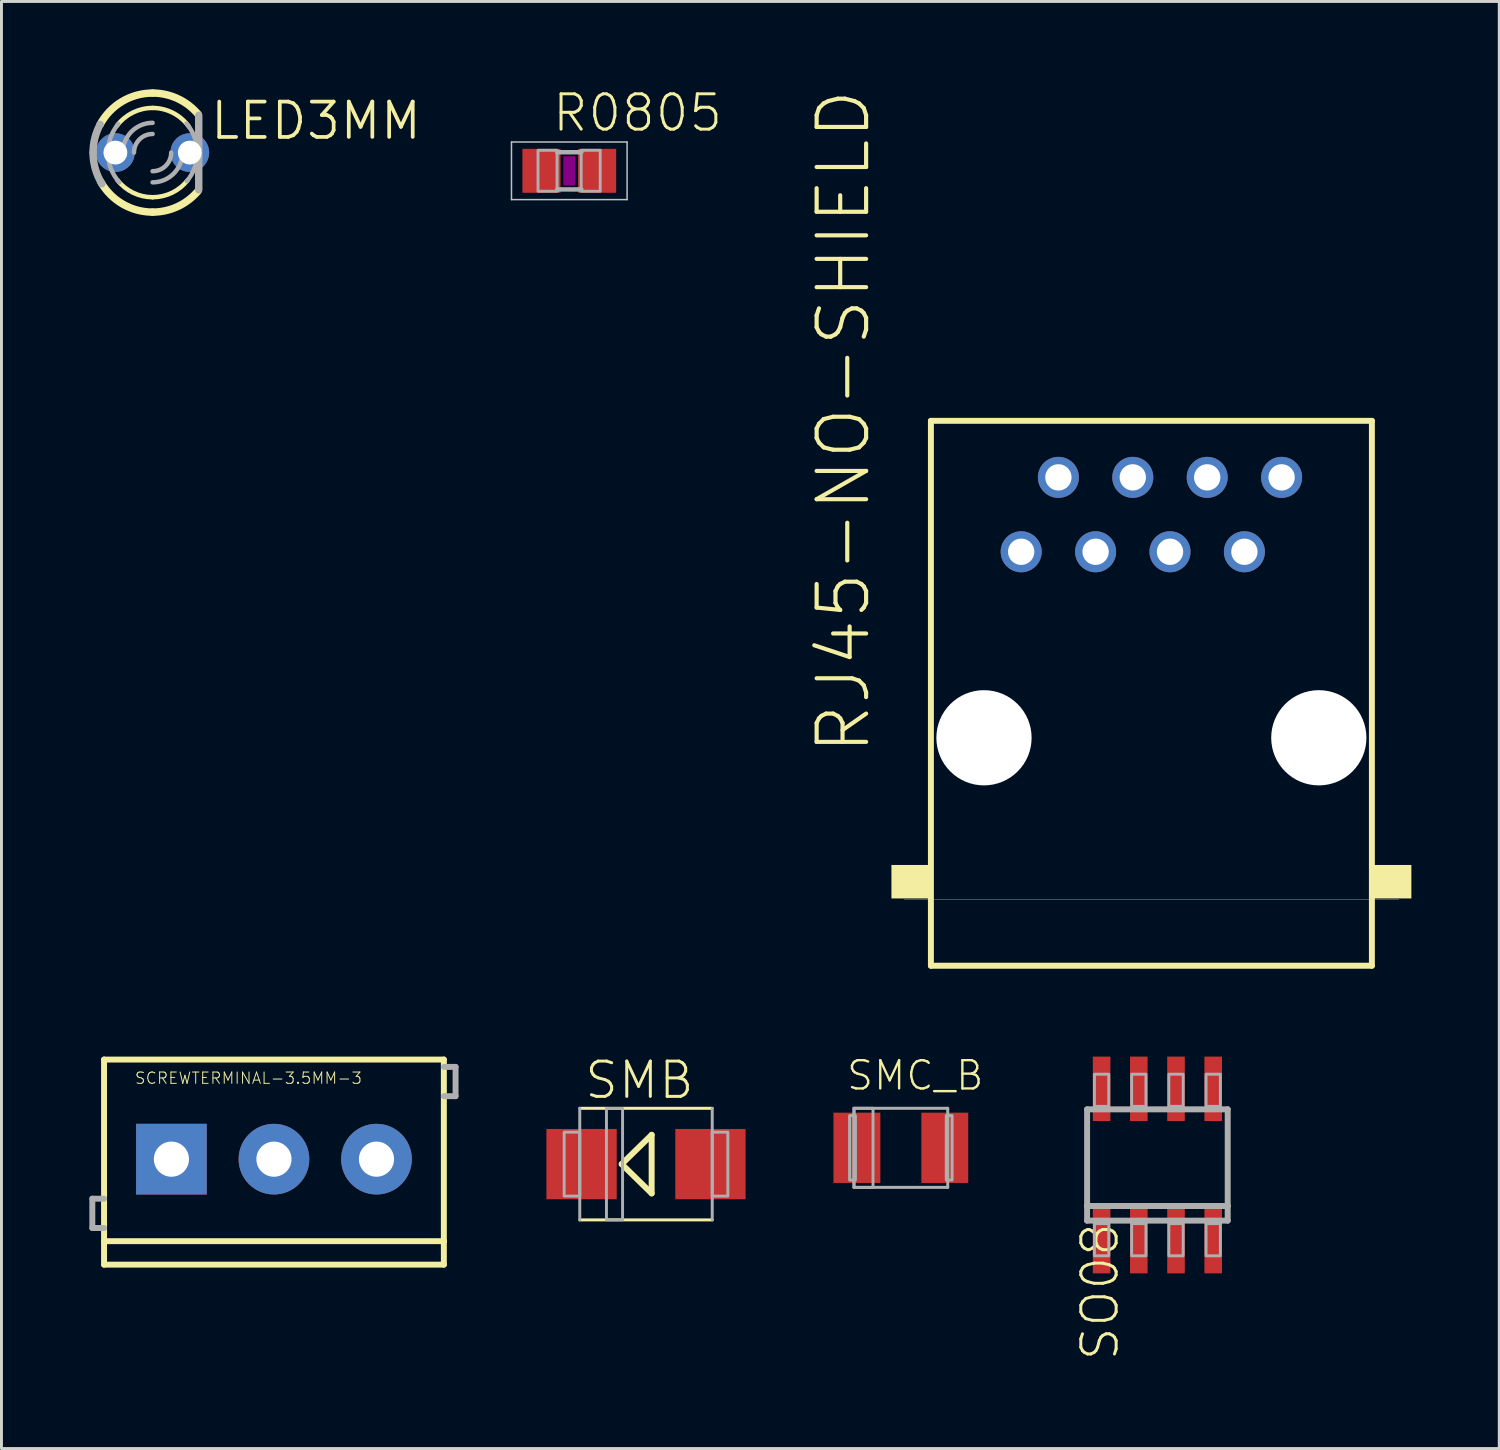
<source format=kicad_pcb>
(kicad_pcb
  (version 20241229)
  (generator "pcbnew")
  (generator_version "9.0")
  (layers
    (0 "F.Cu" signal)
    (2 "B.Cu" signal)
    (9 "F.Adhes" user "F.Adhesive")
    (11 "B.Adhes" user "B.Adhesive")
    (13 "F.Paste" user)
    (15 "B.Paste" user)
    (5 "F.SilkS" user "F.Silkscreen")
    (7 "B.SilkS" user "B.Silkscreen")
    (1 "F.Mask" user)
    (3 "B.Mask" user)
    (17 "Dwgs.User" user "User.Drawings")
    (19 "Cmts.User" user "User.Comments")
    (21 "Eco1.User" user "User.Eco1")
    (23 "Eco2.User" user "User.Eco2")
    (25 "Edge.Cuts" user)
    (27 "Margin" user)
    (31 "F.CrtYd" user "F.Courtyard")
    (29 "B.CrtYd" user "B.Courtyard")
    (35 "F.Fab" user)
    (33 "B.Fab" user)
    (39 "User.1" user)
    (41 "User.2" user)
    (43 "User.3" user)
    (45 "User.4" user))
  (footprint "R0805"
    (layer "F.Cu")
    (at 16.384 2.781)
    (property "Reference" "R0805" (at -0.635 -1.27 0) (layer "F.SilkS") (effects (font (size 1.206 1.206) (thickness 0.102)) (justify left bottom)))
    (attr through_hole)
    (fp_poly (pts (xy -0.2 0.5) (xy 0.2 0.5) (xy 0.2 -0.5) (xy -0.2 -0.5)) (stroke (width 0) (type solid)) (fill yes) (layer "F.Adhes"))
    (fp_line (start -1.973 -0.983) (end 1.973 -0.983) (stroke (width 0.051) (type solid)) (layer "Dwgs.User"))
    (fp_line (start -1.973 0.983) (end -1.973 -0.983) (stroke (width 0.051) (type solid)) (layer "Dwgs.User"))
    (fp_line (start 1.973 -0.983) (end 1.973 0.983) (stroke (width 0.051) (type solid)) (layer "Dwgs.User"))
    (fp_line (start 1.973 0.983) (end -1.973 0.983) (stroke (width 0.051) (type solid)) (layer "Dwgs.User"))
    (fp_line (start -0.41 -0.635) (end 0.41 -0.635) (stroke (width 0.152) (type solid)) (layer "F.Fab"))
    (fp_line (start -0.41 0.635) (end 0.41 0.635) (stroke (width 0.152) (type solid)) (layer "F.Fab"))
    (fp_poly (pts (xy -1.067 0.699) (xy -0.417 0.699) (xy -0.417 -0.702) (xy -1.067 -0.702)) (stroke (width 0.1) (type solid)) (fill no) (layer "F.Fab"))
    (fp_poly (pts (xy 0.406 0.699) (xy 1.056 0.699) (xy 1.056 -0.702) (xy 0.406 -0.702)) (stroke (width 0.1) (type solid)) (fill no) (layer "F.Fab"))
    (pad "1" smd rect (at -0.95 0) (size 1.3 1.5) (layers "F.Cu" "F.Mask" "F.Paste"))
    (pad "2" smd rect (at 0.95 0) (size 1.3 1.5) (layers "F.Cu" "F.Mask" "F.Paste")))
  (footprint "RJ45-NO-SHIELD"
    (layer "F.Cu")
    (at 36.256 22.136)
    (property "Reference" "RJ45-NO-SHIELD" (at -9.525 0.635 90) (layer "F.SilkS") (effects (font (size 1.689 1.689) (thickness 0.142)) (justify left bottom)))
    (attr through_hole)
    (fp_line (start -7.527 -10.819) (end 7.527 -10.819) (stroke (width 0.203) (type solid)) (layer "F.SilkS"))
    (fp_line (start -7.527 7.782) (end -7.527 -10.819) (stroke (width 0.203) (type solid)) (layer "F.SilkS"))
    (fp_line (start 7.527 -10.819) (end 7.527 7.782) (stroke (width 0.203) (type solid)) (layer "F.SilkS"))
    (fp_line (start 7.527 7.782) (end -7.527 7.782) (stroke (width 0.203) (type solid)) (layer "F.SilkS"))
    (fp_poly (pts (xy -8.875 5.485) (xy -7.625 5.485) (xy -7.625 4.342) (xy -8.875 4.342)) (stroke (width 0) (type solid)) (fill yes) (layer "F.SilkS"))
    (fp_poly (pts (xy 7.6 5.485) (xy 8.875 5.485) (xy 8.875 4.342) (xy 7.6 4.342)) (stroke (width 0) (type solid)) (fill yes) (layer "F.SilkS"))
    (fp_line (start 8.445 5.512) (end -8.445 5.512) (stroke (width 0.01) (type solid)) (layer "Edge.Cuts"))
    (pad "" np_thru_hole circle (at -5.715 0) (size 3.251 3.251) (drill 3.251) (layers "*.Cu" "*.Mask"))
    (pad "" np_thru_hole circle (at 5.715 0) (size 3.251 3.251) (drill 3.251) (layers "*.Cu" "*.Mask"))
    (pad "1" thru_hole circle (at -4.445 -6.35) (size 1.4 1.4) (drill 0.9) (layers "*.Cu" "*.Mask"))
    (pad "2" thru_hole circle (at -3.175 -8.89) (size 1.4 1.4) (drill 0.9) (layers "*.Cu" "*.Mask"))
    (pad "3" thru_hole circle (at -1.905 -6.35) (size 1.4 1.4) (drill 0.9) (layers "*.Cu" "*.Mask"))
    (pad "4" thru_hole circle (at -0.635 -8.89) (size 1.4 1.4) (drill 0.9) (layers "*.Cu" "*.Mask"))
    (pad "5" thru_hole circle (at 0.635 -6.35) (size 1.4 1.4) (drill 0.9) (layers "*.Cu" "*.Mask"))
    (pad "6" thru_hole circle (at 1.905 -8.89) (size 1.4 1.4) (drill 0.9) (layers "*.Cu" "*.Mask"))
    (pad "7" thru_hole circle (at 3.175 -6.35) (size 1.4 1.4) (drill 0.9) (layers "*.Cu" "*.Mask"))
    (pad "8" thru_hole circle (at 4.445 -8.89) (size 1.4 1.4) (drill 0.9) (layers "*.Cu" "*.Mask")))
  (footprint "SMB"
    (layer "F.Cu")
    (at 19.003 36.69)
    (property "Reference" "SMB" (at -2.159 -2.159 0) (layer "F.SilkS") (effects (font (size 1.206 1.206) (thickness 0.102)) (justify left bottom)))
    (attr through_hole)
    (fp_line (start -2.261 -1.905) (end 2.261 -1.905) (stroke (width 0.102) (type solid)) (layer "F.SilkS"))
    (fp_line (start -2.261 1.905) (end 2.261 1.905) (stroke (width 0.102) (type solid)) (layer "F.SilkS"))
    (fp_line (start -0.83 0) (end 0.193 1) (stroke (width 0.203) (type solid)) (layer "F.SilkS"))
    (fp_line (start 0.193 -1) (end -0.83 0) (stroke (width 0.203) (type solid)) (layer "F.SilkS"))
    (fp_line (start 0.193 1) (end 0.193 -1) (stroke (width 0.203) (type solid)) (layer "F.SilkS"))
    (fp_line (start -2.261 1.905) (end -2.261 -1.905) (stroke (width 0.102) (type solid)) (layer "F.Fab"))
    (fp_line (start 2.261 1.905) (end 2.261 -1.905) (stroke (width 0.102) (type solid)) (layer "F.Fab"))
    (fp_poly (pts (xy -2.794 1.092) (xy -2.261 1.092) (xy -2.261 -1.092) (xy -2.794 -1.092)) (stroke (width 0.1) (type solid)) (fill no) (layer "F.Fab"))
    (fp_poly (pts (xy -1.35 1.9) (xy -0.8 1.9) (xy -0.8 -1.9) (xy -1.35 -1.9)) (stroke (width 0.1) (type solid)) (fill no) (layer "F.Fab"))
    (fp_poly (pts (xy 2.261 1.092) (xy 2.794 1.092) (xy 2.794 -1.092) (xy 2.261 -1.092)) (stroke (width 0.1) (type solid)) (fill no) (layer "F.Fab"))
    (pad "A" smd rect (at 2.2 0) (size 2.4 2.4) (layers "F.Cu" "F.Mask" "F.Paste"))
    (pad "C" smd rect (at -2.2 0) (size 2.4 2.4) (layers "F.Cu" "F.Mask" "F.Paste")))
  (footprint "SO08"
    (layer "F.Cu")
    (at 36.461 36.72)
    (property "Reference" "SO08" (at -2.667 1.905 90) (layer "F.SilkS") (effects (font (size 1.206 1.206) (thickness 0.102)) (justify right top)))
    (attr through_hole)
    (fp_line (start -2.4 -1.9) (end 2.4 -1.9) (stroke (width 0.203) (type solid)) (layer "F.Fab"))
    (fp_line (start -2.4 1.4) (end -2.4 -1.9) (stroke (width 0.203) (type solid)) (layer "F.Fab"))
    (fp_line (start -2.4 1.9) (end -2.4 1.4) (stroke (width 0.203) (type solid)) (layer "F.Fab"))
    (fp_line (start 2.4 -1.9) (end 2.4 1.4) (stroke (width 0.203) (type solid)) (layer "F.Fab"))
    (fp_line (start 2.4 1.4) (end -2.4 1.4) (stroke (width 0.203) (type solid)) (layer "F.Fab"))
    (fp_line (start 2.4 1.4) (end 2.4 1.9) (stroke (width 0.203) (type solid)) (layer "F.Fab"))
    (fp_line (start 2.4 1.9) (end -2.4 1.9) (stroke (width 0.203) (type solid)) (layer "F.Fab"))
    (fp_poly (pts (xy -2.15 -2) (xy -1.66 -2) (xy -1.66 -3.1) (xy -2.15 -3.1)) (stroke (width 0.1) (type solid)) (fill no) (layer "F.Fab"))
    (fp_poly (pts (xy -2.15 3.1) (xy -1.66 3.1) (xy -1.66 2) (xy -2.15 2)) (stroke (width 0.1) (type solid)) (fill no) (layer "F.Fab"))
    (fp_poly (pts (xy -0.88 -2) (xy -0.39 -2) (xy -0.39 -3.1) (xy -0.88 -3.1)) (stroke (width 0.1) (type solid)) (fill no) (layer "F.Fab"))
    (fp_poly (pts (xy -0.88 3.1) (xy -0.39 3.1) (xy -0.39 2) (xy -0.88 2)) (stroke (width 0.1) (type solid)) (fill no) (layer "F.Fab"))
    (fp_poly (pts (xy 0.39 -2) (xy 0.88 -2) (xy 0.88 -3.1) (xy 0.39 -3.1)) (stroke (width 0.1) (type solid)) (fill no) (layer "F.Fab"))
    (fp_poly (pts (xy 0.39 3.1) (xy 0.88 3.1) (xy 0.88 2) (xy 0.39 2)) (stroke (width 0.1) (type solid)) (fill no) (layer "F.Fab"))
    (fp_poly (pts (xy 1.66 -2) (xy 2.15 -2) (xy 2.15 -3.1) (xy 1.66 -3.1)) (stroke (width 0.1) (type solid)) (fill no) (layer "F.Fab"))
    (fp_poly (pts (xy 1.66 3.1) (xy 2.15 3.1) (xy 2.15 2) (xy 1.66 2)) (stroke (width 0.1) (type solid)) (fill no) (layer "F.Fab"))
    (pad "1" smd rect (at -1.905 2.6) (size 0.6 2.2) (layers "F.Cu" "F.Mask" "F.Paste"))
    (pad "2" smd rect (at -0.635 2.6) (size 0.6 2.2) (layers "F.Cu" "F.Mask" "F.Paste"))
    (pad "3" smd rect (at 0.635 2.6) (size 0.6 2.2) (layers "F.Cu" "F.Mask" "F.Paste"))
    (pad "4" smd rect (at 1.905 2.6) (size 0.6 2.2) (layers "F.Cu" "F.Mask" "F.Paste"))
    (pad "5" smd rect (at 1.905 -2.6) (size 0.6 2.2) (layers "F.Cu" "F.Mask" "F.Paste"))
    (pad "6" smd rect (at 0.635 -2.6) (size 0.6 2.2) (layers "F.Cu" "F.Mask" "F.Paste"))
    (pad "7" smd rect (at -0.635 -2.6) (size 0.6 2.2) (layers "F.Cu" "F.Mask" "F.Paste"))
    (pad "8" smd rect (at -1.905 -2.6) (size 0.6 2.2) (layers "F.Cu" "F.Mask" "F.Paste")))
  (footprint "SMC_B"
    (layer "F.Cu")
    (at 27.703 36.134)
    (property "Reference" "SMC_B" (at -1.905 -1.905 0) (layer "F.SilkS") (effects (font (size 0.965 0.965) (thickness 0.081)) (justify left bottom)))
    (attr through_hole)
    (fp_line (start -1.6 -1.35) (end 1.6 -1.35) (stroke (width 0.102) (type solid)) (layer "F.Fab"))
    (fp_line (start -1.6 1.35) (end -1.6 -1.35) (stroke (width 0.102) (type solid)) (layer "F.Fab"))
    (fp_line (start 1.6 -1.35) (end 1.6 1.35) (stroke (width 0.102) (type solid)) (layer "F.Fab"))
    (fp_line (start 1.6 1.35) (end -1.6 1.35) (stroke (width 0.102) (type solid)) (layer "F.Fab"))
    (fp_poly (pts (xy -1.75 1.1) (xy -1.55 1.1) (xy -1.55 -1.1) (xy -1.75 -1.1)) (stroke (width 0.1) (type solid)) (fill no) (layer "F.Fab"))
    (fp_poly (pts (xy -1.6 1.35) (xy -0.95 1.35) (xy -0.95 -1.35) (xy -1.6 -1.35)) (stroke (width 0.1) (type solid)) (fill no) (layer "F.Fab"))
    (fp_poly (pts (xy 1.75 -1.1) (xy 1.55 -1.1) (xy 1.55 1.1) (xy 1.75 1.1)) (stroke (width 0.1) (type solid)) (fill no) (layer "F.Fab"))
    (pad "+" smd rect (at -1.5 0) (size 1.6 2.4) (layers "F.Cu" "F.Mask" "F.Paste"))
    (pad "-" smd rect (at 1.5 0 180) (size 1.6 2.4) (layers "F.Cu" "F.Mask" "F.Paste")))
  (footprint "LED3MM"
    (layer "F.Cu")
    (at 2.159 2.159)
    (property "Reference" "LED3MM" (at 1.905 -0.381 0) (layer "F.SilkS") (effects (font (size 1.206 1.206) (thickness 0.127)) (justify left bottom)))
    (attr through_hole)
    (fp_arc (start -1.7929 -0.9562) (mid -1.045438 -1.7424) (end 0 -2.032) (stroke (width 0.254) (type solid)) (layer "F.SilkS"))
    (fp_arc (start -1.2192 -0.9144) (mid -0.681554 -1.363107) (end 0 -1.524) (stroke (width 0.1524) (type solid)) (layer "F.SilkS"))
    (fp_arc (start 0 -2.032) (mid 0.861864 -1.840173) (end 1.561 -1.3009) (stroke (width 0.254) (type solid)) (layer "F.SilkS"))
    (fp_arc (start 0 -1.524) (mid 0.697339 -1.355082) (end 1.2401 -0.885801) (stroke (width 0.1524) (type solid)) (layer "F.SilkS"))
    (fp_arc (start 0 1.524) (mid -0.669593 1.369018) (end -1.203 0.9356) (stroke (width 0.1524) (type solid)) (layer "F.SilkS"))
    (fp_arc (start 0 2.032) (mid -1.019924 1.757525) (end -1.7643 1.0082) (stroke (width 0.254) (type solid)) (layer "F.SilkS"))
    (fp_arc (start 1.203 0.9356) (mid 0.669593 1.369018) (end 0 1.524) (stroke (width 0.1524) (type solid)) (layer "F.SilkS"))
    (fp_arc (start 1.5512 1.3126) (mid 0.854953 1.843405) (end 0 2.032) (stroke (width 0.254) (type solid)) (layer "F.SilkS"))
    (fp_line (start 1.575 1.27) (end 1.575 -1.27) (stroke (width 0.254) (type solid)) (layer "F.Fab"))
    (fp_arc (start -2.032 0) (mid -1.970339 -0.496775) (end -1.7891 -0.9634) (stroke (width 0.254) (type solid)) (layer "F.Fab"))
    (fp_arc (start -1.7306 1.065) (mid -1.95521 0.553417) (end -2.032 0) (stroke (width 0.254) (type solid)) (layer "F.Fab"))
    (fp_arc (start -1.524 0) (mid -1.432981 -0.518783) (end -1.1708 -0.9756) (stroke (width 0.1524) (type solid)) (layer "F.Fab"))
    (fp_arc (start -1.1391 1.0125) (mid -1.42454 0.5416) (end -1.524 0) (stroke (width 0.1524) (type solid)) (layer "F.Fab"))
    (fp_arc (start -1.016 0) (mid -0.71842 -0.71842) (end 0 -1.016) (stroke (width 0.1524) (type solid)) (layer "F.Fab"))
    (fp_arc (start -0.635 0) (mid -0.449013 -0.449013) (end 0 -0.635) (stroke (width 0.1524) (type solid)) (layer "F.Fab"))
    (fp_arc (start 0.635 0) (mid 0.449013 0.449013) (end 0 0.635) (stroke (width 0.1524) (type solid)) (layer "F.Fab"))
    (fp_arc (start 1.016 0) (mid 0.71842 0.71842) (end 0 1.016) (stroke (width 0.1524) (type solid)) (layer "F.Fab"))
    (fp_arc (start 1.1571 -0.9918) (mid 1.429332 -0.528744) (end 1.524 0) (stroke (width 0.1524) (type solid)) (layer "F.Fab"))
    (fp_arc (start 1.524 0) (mid 1.432981 0.518783) (end 1.1708 0.9756) (stroke (width 0.1524) (type solid)) (layer "F.Fab"))
    (pad "A" thru_hole circle (at -1.27 0) (size 1.321 1.321) (drill 0.813) (layers "*.Cu" "*.Mask"))
    (pad "K" thru_hole circle (at 1.27 0) (size 1.321 1.321) (drill 0.813) (layers "*.Cu" "*.Mask")))
  (footprint "SCREWTERMINAL-3.5MM-3"
    (layer "F.Cu")
    (at 2.802 36.521)
    (property "Reference" "SCREWTERMINAL-3.5MM-3" (at -1.27 -2.54 0) (layer "F.SilkS") (effects (font (size 0.386 0.386) (thickness 0.033)) (justify left bottom)))
    (attr through_hole)
    (fp_line (start -2.3 -3.4) (end 9.3 -3.4) (stroke (width 0.203) (type solid)) (layer "F.SilkS"))
    (fp_line (start -2.3 2.8) (end -2.3 -3.4) (stroke (width 0.203) (type solid)) (layer "F.SilkS"))
    (fp_line (start -2.3 3.6) (end -2.3 2.8) (stroke (width 0.203) (type solid)) (layer "F.SilkS"))
    (fp_line (start 9.3 -3.4) (end 9.3 2.8) (stroke (width 0.203) (type solid)) (layer "F.SilkS"))
    (fp_line (start 9.3 2.8) (end -2.3 2.8) (stroke (width 0.203) (type solid)) (layer "F.SilkS"))
    (fp_line (start 9.3 2.8) (end 9.3 3.6) (stroke (width 0.203) (type solid)) (layer "F.SilkS"))
    (fp_line (start 9.3 3.6) (end -2.3 3.6) (stroke (width 0.203) (type solid)) (layer "F.SilkS"))
    (fp_line (start -2.7 1.35) (end -2.7 2.35) (stroke (width 0.203) (type solid)) (layer "F.Fab"))
    (fp_line (start -2.7 2.35) (end -2.3 2.35) (stroke (width 0.203) (type solid)) (layer "F.Fab"))
    (fp_line (start -2.3 1.35) (end -2.7 1.35) (stroke (width 0.203) (type solid)) (layer "F.Fab"))
    (fp_line (start 9.3 -3.15) (end 9.7 -3.15) (stroke (width 0.203) (type solid)) (layer "F.Fab"))
    (fp_line (start 9.7 -3.15) (end 9.7 -2.15) (stroke (width 0.203) (type solid)) (layer "F.Fab"))
    (fp_line (start 9.7 -2.15) (end 9.3 -2.15) (stroke (width 0.203) (type solid)) (layer "F.Fab"))
    (pad "1" thru_hole rect (at 0 0) (size 2.413 2.413) (drill 1.2) (layers "*.Cu" "*.Mask"))
    (pad "2" thru_hole circle (at 3.5 0) (size 2.413 2.413) (drill 1.2) (layers "*.Cu" "*.Mask"))
    (pad "3" thru_hole circle (at 7 0) (size 2.413 2.413) (drill 1.2) (layers "*.Cu" "*.Mask")))
  (gr_rect
    (start -3 -3)
    (end 48.131 46.399)
    (stroke (width 0.1) (type default))
    (fill no)
    (layer "Edge.Cuts")))
</source>
